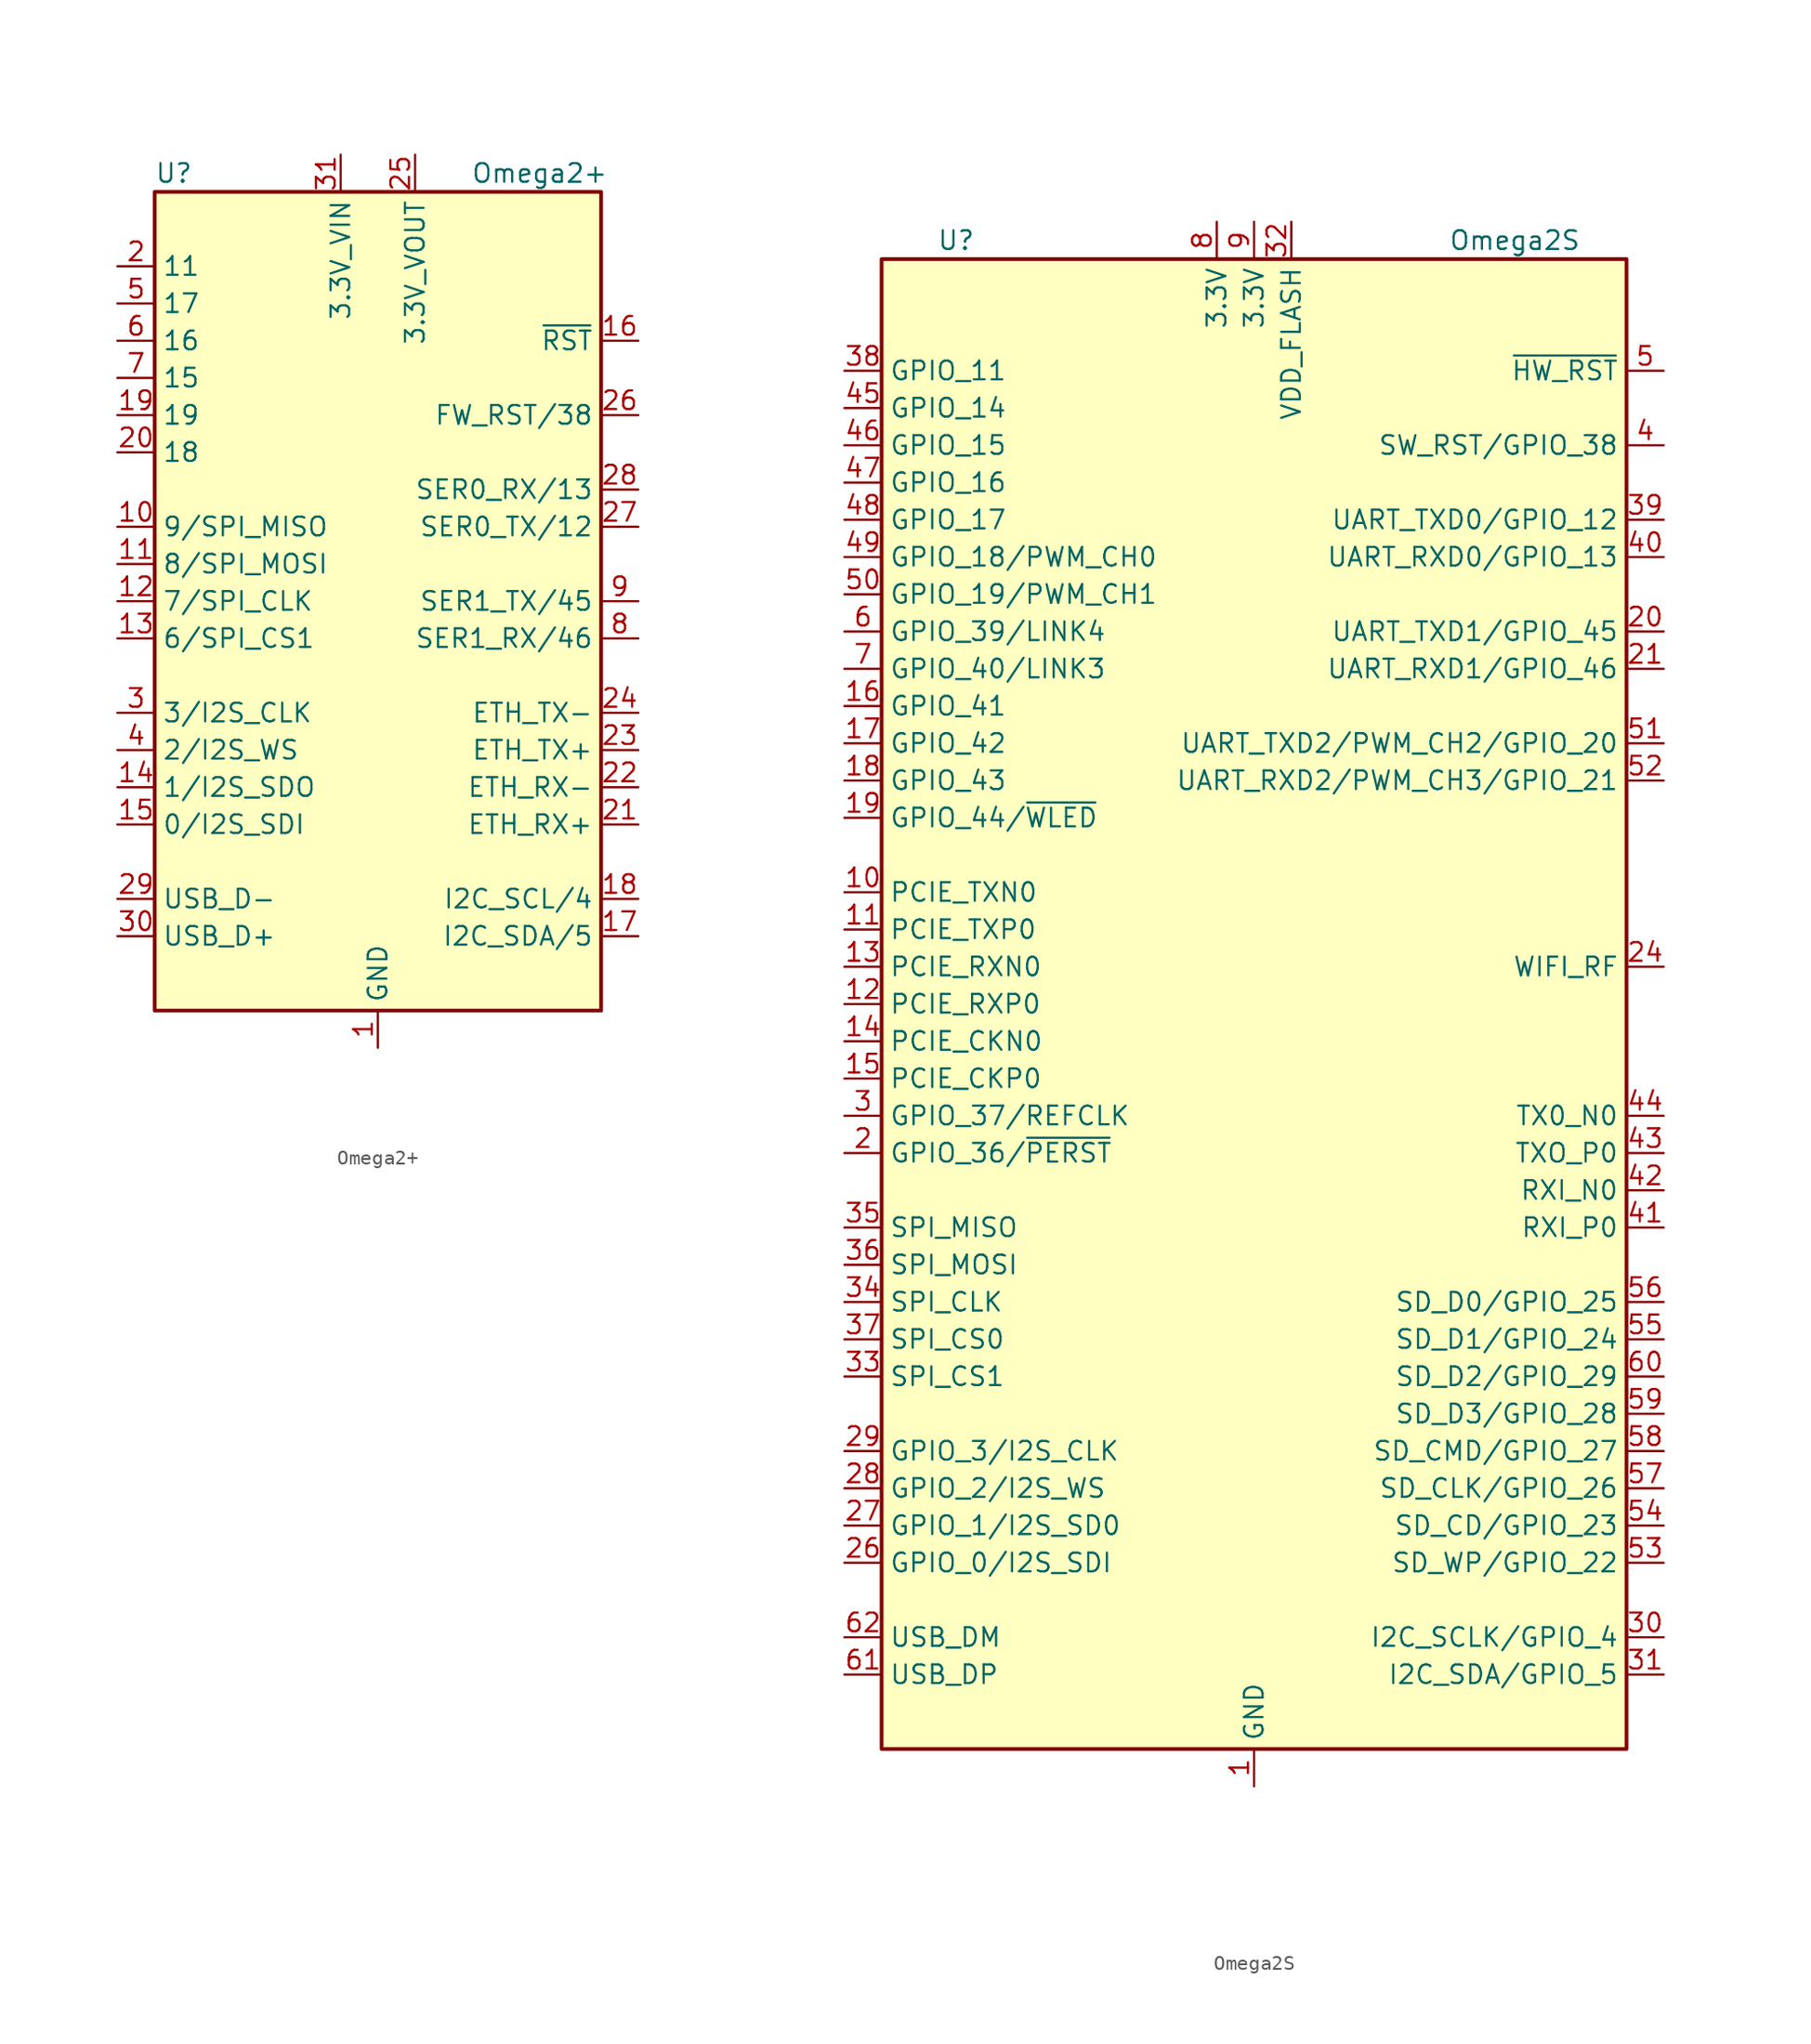
<source format=kicad_sym>
(kicad_symbol_lib
  (version 20201005)
  (generator kicad_symbol_editor)
  (symbol "MCU_Module:Omega2+"
    (property "Reference" "U"
      (at -15.24 29.21 0)
      (effects (font (size 1.27 1.27)) (justify left)))
    (property "Value" "Omega2+"
      (at 6.35 29.21 0)
      (effects (font (size 1.27 1.27)) (justify left)))
    (symbol "Omega2+_0_1"
      (rectangle (start -15.24 27.94) (end 15.24 -27.94) (stroke (width 0.254)) (fill (type background))))
    (symbol "Omega2+_1_1"
      (pin power_in line (at 0 -30.48 90) (length 2.54) (name "GND" (effects (font (size 1.27 1.27)))) (number "1" (effects (font (size 1.27 1.27)))))
      (pin bidirectional line (at -17.78 5.08 0) (length 2.54) (name "9/SPI_MISO" (effects (font (size 1.27 1.27)))) (number "10" (effects (font (size 1.27 1.27)))))
      (pin bidirectional line (at -17.78 2.54 0) (length 2.54) (name "8/SPI_MOSI" (effects (font (size 1.27 1.27)))) (number "11" (effects (font (size 1.27 1.27)))))
      (pin bidirectional line (at -17.78 0 0) (length 2.54) (name "7/SPI_CLK" (effects (font (size 1.27 1.27)))) (number "12" (effects (font (size 1.27 1.27)))))
      (pin bidirectional line (at -17.78 -2.54 0) (length 2.54) (name "6/SPI_CS1" (effects (font (size 1.27 1.27)))) (number "13" (effects (font (size 1.27 1.27)))))
      (pin bidirectional line (at -17.78 -12.7 0) (length 2.54) (name "1/I2S_SDO" (effects (font (size 1.27 1.27)))) (number "14" (effects (font (size 1.27 1.27)))))
      (pin bidirectional line (at -17.78 -15.24 0) (length 2.54) (name "0/I2S_SDI" (effects (font (size 1.27 1.27)))) (number "15" (effects (font (size 1.27 1.27)))))
      (pin input line (at 17.78 17.78 180) (length 2.54) (name "~RST" (effects (font (size 1.27 1.27)))) (number "16" (effects (font (size 1.27 1.27)))))
      (pin bidirectional line (at 17.78 -22.86 180) (length 2.54) (name "I2C_SDA/5" (effects (font (size 1.27 1.27)))) (number "17" (effects (font (size 1.27 1.27)))))
      (pin bidirectional line (at 17.78 -20.32 180) (length 2.54) (name "I2C_SCL/4" (effects (font (size 1.27 1.27)))) (number "18" (effects (font (size 1.27 1.27)))))
      (pin bidirectional line (at -17.78 12.7 0) (length 2.54) (name "19" (effects (font (size 1.27 1.27)))) (number "19" (effects (font (size 1.27 1.27)))))
      (pin bidirectional line (at -17.78 22.86 0) (length 2.54) (name "11" (effects (font (size 1.27 1.27)))) (number "2" (effects (font (size 1.27 1.27)))))
      (pin bidirectional line (at -17.78 10.16 0) (length 2.54) (name "18" (effects (font (size 1.27 1.27)))) (number "20" (effects (font (size 1.27 1.27)))))
      (pin input line (at 17.78 -15.24 180) (length 2.54) (name "ETH_RX+" (effects (font (size 1.27 1.27)))) (number "21" (effects (font (size 1.27 1.27)))))
      (pin input line (at 17.78 -12.7 180) (length 2.54) (name "ETH_RX-" (effects (font (size 1.27 1.27)))) (number "22" (effects (font (size 1.27 1.27)))))
      (pin output line (at 17.78 -10.16 180) (length 2.54) (name "ETH_TX+" (effects (font (size 1.27 1.27)))) (number "23" (effects (font (size 1.27 1.27)))))
      (pin output line (at 17.78 -7.62 180) (length 2.54) (name "ETH_TX-" (effects (font (size 1.27 1.27)))) (number "24" (effects (font (size 1.27 1.27)))))
      (pin power_out line (at 2.54 30.48 270) (length 2.54) (name "3.3V_VOUT" (effects (font (size 1.27 1.27)))) (number "25" (effects (font (size 1.27 1.27)))))
      (pin bidirectional line (at 17.78 12.7 180) (length 2.54) (name "FW_RST/38" (effects (font (size 1.27 1.27)))) (number "26" (effects (font (size 1.27 1.27)))))
      (pin bidirectional line (at 17.78 5.08 180) (length 2.54) (name "SER0_TX/12" (effects (font (size 1.27 1.27)))) (number "27" (effects (font (size 1.27 1.27)))))
      (pin bidirectional line (at 17.78 7.62 180) (length 2.54) (name "SER0_RX/13" (effects (font (size 1.27 1.27)))) (number "28" (effects (font (size 1.27 1.27)))))
      (pin bidirectional line (at -17.78 -20.32 0) (length 2.54) (name "USB_D-" (effects (font (size 1.27 1.27)))) (number "29" (effects (font (size 1.27 1.27)))))
      (pin bidirectional line (at -17.78 -7.62 0) (length 2.54) (name "3/I2S_CLK" (effects (font (size 1.27 1.27)))) (number "3" (effects (font (size 1.27 1.27)))))
      (pin bidirectional line (at -17.78 -22.86 0) (length 2.54) (name "USB_D+" (effects (font (size 1.27 1.27)))) (number "30" (effects (font (size 1.27 1.27)))))
      (pin power_in line (at -2.54 30.48 270) (length 2.54) (name "3.3V_VIN" (effects (font (size 1.27 1.27)))) (number "31" (effects (font (size 1.27 1.27)))))
      (pin passive line (at 0 -30.48 90) (length 2.54) hide (name "GND" (effects (font (size 1.27 1.27)))) (number "32" (effects (font (size 1.27 1.27)))))
      (pin bidirectional line (at -17.78 -10.16 0) (length 2.54) (name "2/I2S_WS" (effects (font (size 1.27 1.27)))) (number "4" (effects (font (size 1.27 1.27)))))
      (pin bidirectional line (at -17.78 20.32 0) (length 2.54) (name "17" (effects (font (size 1.27 1.27)))) (number "5" (effects (font (size 1.27 1.27)))))
      (pin bidirectional line (at -17.78 17.78 0) (length 2.54) (name "16" (effects (font (size 1.27 1.27)))) (number "6" (effects (font (size 1.27 1.27)))))
      (pin bidirectional line (at -17.78 15.24 0) (length 2.54) (name "15" (effects (font (size 1.27 1.27)))) (number "7" (effects (font (size 1.27 1.27)))))
      (pin bidirectional line (at 17.78 -2.54 180) (length 2.54) (name "SER1_RX/46" (effects (font (size 1.27 1.27)))) (number "8" (effects (font (size 1.27 1.27)))))
      (pin bidirectional line (at 17.78 0 180) (length 2.54) (name "SER1_TX/45" (effects (font (size 1.27 1.27)))) (number "9" (effects (font (size 1.27 1.27)))))))
  (symbol "MCU_Module:Omega2S"
    (property "Reference" "U"
      (at -20.32 52.07 0)
      (effects (font (size 1.27 1.27))))
    (property "Value" "Omega2S"
      (at 17.78 52.07 0)
      (effects (font (size 1.27 1.27))))
    (symbol "Omega2S_0_1"
      (rectangle (start -25.4 -50.8) (end 25.4 50.8) (stroke (width 0.254)) (fill (type background))))
    (symbol "Omega2S_1_1"
      (pin power_in line (at 0 -53.34 90) (length 2.54) (name "GND" (effects (font (size 1.27 1.27)))) (number "1" (effects (font (size 1.27 1.27)))))
      (pin output line (at -27.94 7.62 0) (length 2.54) (name "PCIE_TXN0" (effects (font (size 1.27 1.27)))) (number "10" (effects (font (size 1.27 1.27)))))
      (pin output line (at -27.94 5.08 0) (length 2.54) (name "PCIE_TXP0" (effects (font (size 1.27 1.27)))) (number "11" (effects (font (size 1.27 1.27)))))
      (pin input line (at -27.94 0 0) (length 2.54) (name "PCIE_RXP0" (effects (font (size 1.27 1.27)))) (number "12" (effects (font (size 1.27 1.27)))))
      (pin input line (at -27.94 2.54 0) (length 2.54) (name "PCIE_RXN0" (effects (font (size 1.27 1.27)))) (number "13" (effects (font (size 1.27 1.27)))))
      (pin output line (at -27.94 -2.54 0) (length 2.54) (name "PCIE_CKN0" (effects (font (size 1.27 1.27)))) (number "14" (effects (font (size 1.27 1.27)))))
      (pin output line (at -27.94 -5.08 0) (length 2.54) (name "PCIE_CKP0" (effects (font (size 1.27 1.27)))) (number "15" (effects (font (size 1.27 1.27)))))
      (pin bidirectional line (at -27.94 20.32 0) (length 2.54) (name "GPIO_41" (effects (font (size 1.27 1.27)))) (number "16" (effects (font (size 1.27 1.27)))))
      (pin bidirectional line (at -27.94 17.78 0) (length 2.54) (name "GPIO_42" (effects (font (size 1.27 1.27)))) (number "17" (effects (font (size 1.27 1.27)))))
      (pin bidirectional line (at -27.94 15.24 0) (length 2.54) (name "GPIO_43" (effects (font (size 1.27 1.27)))) (number "18" (effects (font (size 1.27 1.27)))))
      (pin bidirectional line (at -27.94 12.7 0) (length 2.54) (name "GPIO_44/~WLED" (effects (font (size 1.27 1.27)))) (number "19" (effects (font (size 1.27 1.27)))))
      (pin bidirectional line (at -27.94 -10.16 0) (length 2.54) (name "GPIO_36/~PERST" (effects (font (size 1.27 1.27)))) (number "2" (effects (font (size 1.27 1.27)))))
      (pin bidirectional line (at 27.94 25.4 180) (length 2.54) (name "UART_TXD1/GPIO_45" (effects (font (size 1.27 1.27)))) (number "20" (effects (font (size 1.27 1.27)))))
      (pin bidirectional line (at 27.94 22.86 180) (length 2.54) (name "UART_RXD1/GPIO_46" (effects (font (size 1.27 1.27)))) (number "21" (effects (font (size 1.27 1.27)))))
      (pin passive line (at 0 -53.34 90) (length 2.54) hide (name "GND" (effects (font (size 1.27 1.27)))) (number "22" (effects (font (size 1.27 1.27)))))
      (pin passive line (at 0 -53.34 90) (length 2.54) hide (name "GND" (effects (font (size 1.27 1.27)))) (number "23" (effects (font (size 1.27 1.27)))))
      (pin passive line (at 27.94 2.54 180) (length 2.54) (name "WIFI_RF" (effects (font (size 1.27 1.27)))) (number "24" (effects (font (size 1.27 1.27)))))
      (pin passive line (at 0 -53.34 90) (length 2.54) hide (name "GND" (effects (font (size 1.27 1.27)))) (number "25" (effects (font (size 1.27 1.27)))))
      (pin bidirectional line (at -27.94 -38.1 0) (length 2.54) (name "GPIO_0/I2S_SDI" (effects (font (size 1.27 1.27)))) (number "26" (effects (font (size 1.27 1.27)))))
      (pin bidirectional line (at -27.94 -35.56 0) (length 2.54) (name "GPIO_1/I2S_SD0" (effects (font (size 1.27 1.27)))) (number "27" (effects (font (size 1.27 1.27)))))
      (pin bidirectional line (at -27.94 -33.02 0) (length 2.54) (name "GPIO_2/I2S_WS" (effects (font (size 1.27 1.27)))) (number "28" (effects (font (size 1.27 1.27)))))
      (pin bidirectional line (at -27.94 -30.48 0) (length 2.54) (name "GPIO_3/I2S_CLK" (effects (font (size 1.27 1.27)))) (number "29" (effects (font (size 1.27 1.27)))))
      (pin bidirectional line (at -27.94 -7.62 0) (length 2.54) (name "GPIO_37/REFCLK" (effects (font (size 1.27 1.27)))) (number "3" (effects (font (size 1.27 1.27)))))
      (pin bidirectional line (at 27.94 -43.18 180) (length 2.54) (name "I2C_SCLK/GPIO_4" (effects (font (size 1.27 1.27)))) (number "30" (effects (font (size 1.27 1.27)))))
      (pin bidirectional line (at 27.94 -45.72 180) (length 2.54) (name "I2C_SDA/GPIO_5" (effects (font (size 1.27 1.27)))) (number "31" (effects (font (size 1.27 1.27)))))
      (pin power_in line (at 2.54 53.34 270) (length 2.54) (name "VDD_FLASH" (effects (font (size 1.27 1.27)))) (number "32" (effects (font (size 1.27 1.27)))))
      (pin output line (at -27.94 -25.4 0) (length 2.54) (name "SPI_CS1" (effects (font (size 1.27 1.27)))) (number "33" (effects (font (size 1.27 1.27)))))
      (pin output line (at -27.94 -20.32 0) (length 2.54) (name "SPI_CLK" (effects (font (size 1.27 1.27)))) (number "34" (effects (font (size 1.27 1.27)))))
      (pin input line (at -27.94 -15.24 0) (length 2.54) (name "SPI_MISO" (effects (font (size 1.27 1.27)))) (number "35" (effects (font (size 1.27 1.27)))))
      (pin output line (at -27.94 -17.78 0) (length 2.54) (name "SPI_MOSI" (effects (font (size 1.27 1.27)))) (number "36" (effects (font (size 1.27 1.27)))))
      (pin output line (at -27.94 -22.86 0) (length 2.54) (name "SPI_CS0" (effects (font (size 1.27 1.27)))) (number "37" (effects (font (size 1.27 1.27)))))
      (pin bidirectional line (at -27.94 43.18 0) (length 2.54) (name "GPIO_11" (effects (font (size 1.27 1.27)))) (number "38" (effects (font (size 1.27 1.27)))))
      (pin bidirectional line (at 27.94 33.02 180) (length 2.54) (name "UART_TXD0/GPIO_12" (effects (font (size 1.27 1.27)))) (number "39" (effects (font (size 1.27 1.27)))))
      (pin bidirectional line (at 27.94 38.1 180) (length 2.54) (name "SW_RST/GPIO_38" (effects (font (size 1.27 1.27)))) (number "4" (effects (font (size 1.27 1.27)))))
      (pin bidirectional line (at 27.94 30.48 180) (length 2.54) (name "UART_RXD0/GPIO_13" (effects (font (size 1.27 1.27)))) (number "40" (effects (font (size 1.27 1.27)))))
      (pin input line (at 27.94 -15.24 180) (length 2.54) (name "RXI_P0" (effects (font (size 1.27 1.27)))) (number "41" (effects (font (size 1.27 1.27)))))
      (pin input line (at 27.94 -12.7 180) (length 2.54) (name "RXI_N0" (effects (font (size 1.27 1.27)))) (number "42" (effects (font (size 1.27 1.27)))))
      (pin output line (at 27.94 -10.16 180) (length 2.54) (name "TXO_P0" (effects (font (size 1.27 1.27)))) (number "43" (effects (font (size 1.27 1.27)))))
      (pin output line (at 27.94 -7.62 180) (length 2.54) (name "TX0_N0" (effects (font (size 1.27 1.27)))) (number "44" (effects (font (size 1.27 1.27)))))
      (pin bidirectional line (at -27.94 40.64 0) (length 2.54) (name "GPIO_14" (effects (font (size 1.27 1.27)))) (number "45" (effects (font (size 1.27 1.27)))))
      (pin bidirectional line (at -27.94 38.1 0) (length 2.54) (name "GPIO_15" (effects (font (size 1.27 1.27)))) (number "46" (effects (font (size 1.27 1.27)))))
      (pin bidirectional line (at -27.94 35.56 0) (length 2.54) (name "GPIO_16" (effects (font (size 1.27 1.27)))) (number "47" (effects (font (size 1.27 1.27)))))
      (pin bidirectional line (at -27.94 33.02 0) (length 2.54) (name "GPIO_17" (effects (font (size 1.27 1.27)))) (number "48" (effects (font (size 1.27 1.27)))))
      (pin bidirectional line (at -27.94 30.48 0) (length 2.54) (name "GPIO_18/PWM_CH0" (effects (font (size 1.27 1.27)))) (number "49" (effects (font (size 1.27 1.27)))))
      (pin input line (at 27.94 43.18 180) (length 2.54) (name "~HW_RST" (effects (font (size 1.27 1.27)))) (number "5" (effects (font (size 1.27 1.27)))))
      (pin bidirectional line (at -27.94 27.94 0) (length 2.54) (name "GPIO_19/PWM_CH1" (effects (font (size 1.27 1.27)))) (number "50" (effects (font (size 1.27 1.27)))))
      (pin bidirectional line (at 27.94 17.78 180) (length 2.54) (name "UART_TXD2/PWM_CH2/GPIO_20" (effects (font (size 1.27 1.27)))) (number "51" (effects (font (size 1.27 1.27)))))
      (pin bidirectional line (at 27.94 15.24 180) (length 2.54) (name "UART_RXD2/PWM_CH3/GPIO_21" (effects (font (size 1.27 1.27)))) (number "52" (effects (font (size 1.27 1.27)))))
      (pin bidirectional line (at 27.94 -38.1 180) (length 2.54) (name "SD_WP/GPIO_22" (effects (font (size 1.27 1.27)))) (number "53" (effects (font (size 1.27 1.27)))))
      (pin bidirectional line (at 27.94 -35.56 180) (length 2.54) (name "SD_CD/GPIO_23" (effects (font (size 1.27 1.27)))) (number "54" (effects (font (size 1.27 1.27)))))
      (pin bidirectional line (at 27.94 -22.86 180) (length 2.54) (name "SD_D1/GPIO_24" (effects (font (size 1.27 1.27)))) (number "55" (effects (font (size 1.27 1.27)))))
      (pin bidirectional line (at 27.94 -20.32 180) (length 2.54) (name "SD_D0/GPIO_25" (effects (font (size 1.27 1.27)))) (number "56" (effects (font (size 1.27 1.27)))))
      (pin bidirectional line (at 27.94 -33.02 180) (length 2.54) (name "SD_CLK/GPIO_26" (effects (font (size 1.27 1.27)))) (number "57" (effects (font (size 1.27 1.27)))))
      (pin bidirectional line (at 27.94 -30.48 180) (length 2.54) (name "SD_CMD/GPIO_27" (effects (font (size 1.27 1.27)))) (number "58" (effects (font (size 1.27 1.27)))))
      (pin bidirectional line (at 27.94 -27.94 180) (length 2.54) (name "SD_D3/GPIO_28" (effects (font (size 1.27 1.27)))) (number "59" (effects (font (size 1.27 1.27)))))
      (pin bidirectional line (at -27.94 25.4 0) (length 2.54) (name "GPIO_39/LINK4" (effects (font (size 1.27 1.27)))) (number "6" (effects (font (size 1.27 1.27)))))
      (pin bidirectional line (at 27.94 -25.4 180) (length 2.54) (name "SD_D2/GPIO_29" (effects (font (size 1.27 1.27)))) (number "60" (effects (font (size 1.27 1.27)))))
      (pin bidirectional line (at -27.94 -45.72 0) (length 2.54) (name "USB_DP" (effects (font (size 1.27 1.27)))) (number "61" (effects (font (size 1.27 1.27)))))
      (pin bidirectional line (at -27.94 -43.18 0) (length 2.54) (name "USB_DM" (effects (font (size 1.27 1.27)))) (number "62" (effects (font (size 1.27 1.27)))))
      (pin passive line (at 0 -53.34 90) (length 2.54) hide (name "GND" (effects (font (size 1.27 1.27)))) (number "63" (effects (font (size 1.27 1.27)))))
      (pin passive line (at 0 -53.34 90) (length 2.54) hide (name "GND" (effects (font (size 1.27 1.27)))) (number "64" (effects (font (size 1.27 1.27)))))
      (pin bidirectional line (at -27.94 22.86 0) (length 2.54) (name "GPIO_40/LINK3" (effects (font (size 1.27 1.27)))) (number "7" (effects (font (size 1.27 1.27)))))
      (pin power_in line (at -2.54 53.34 270) (length 2.54) (name "3.3V" (effects (font (size 1.27 1.27)))) (number "8" (effects (font (size 1.27 1.27)))))
      (pin power_in line (at 0 53.34 270) (length 2.54) (name "3.3V" (effects (font (size 1.27 1.27)))) (number "9" (effects (font (size 1.27 1.27))))))))
</source>
